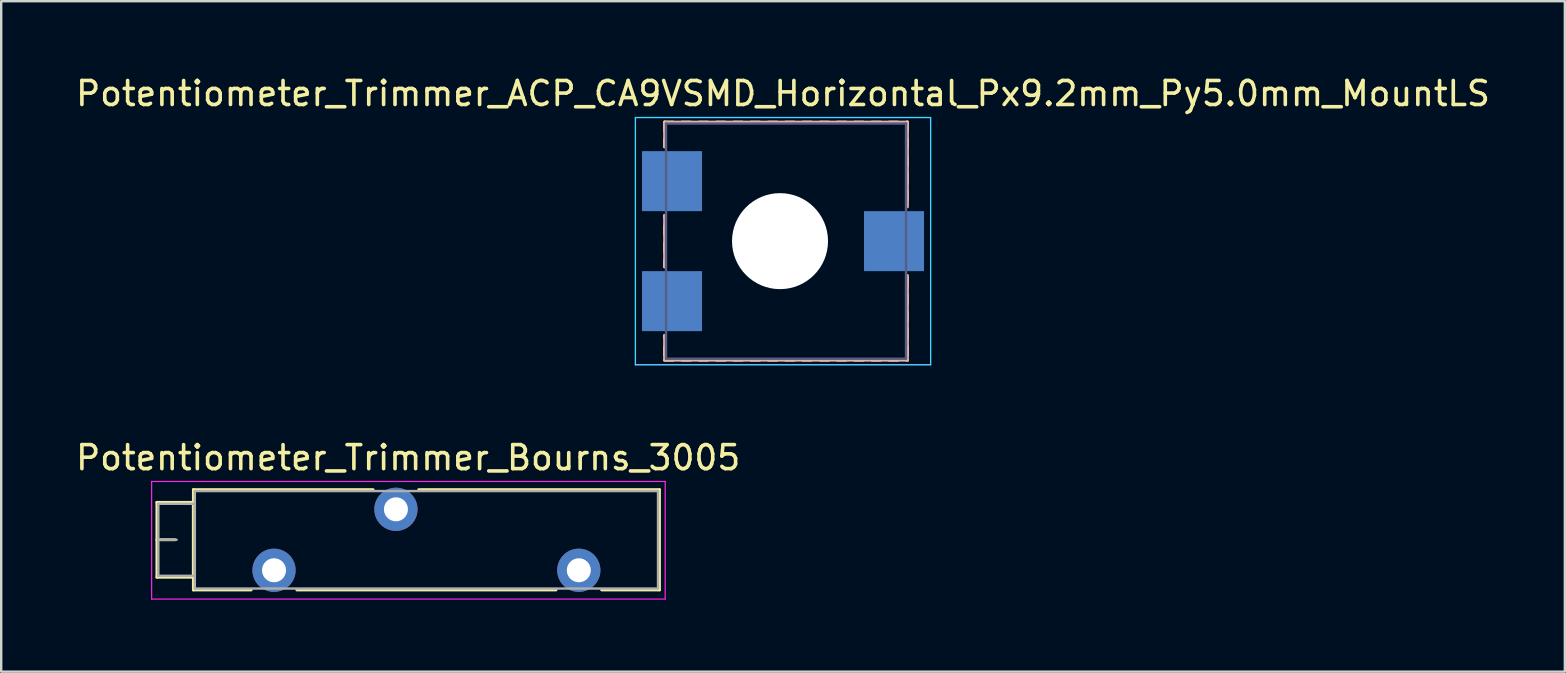
<source format=kicad_pcb>
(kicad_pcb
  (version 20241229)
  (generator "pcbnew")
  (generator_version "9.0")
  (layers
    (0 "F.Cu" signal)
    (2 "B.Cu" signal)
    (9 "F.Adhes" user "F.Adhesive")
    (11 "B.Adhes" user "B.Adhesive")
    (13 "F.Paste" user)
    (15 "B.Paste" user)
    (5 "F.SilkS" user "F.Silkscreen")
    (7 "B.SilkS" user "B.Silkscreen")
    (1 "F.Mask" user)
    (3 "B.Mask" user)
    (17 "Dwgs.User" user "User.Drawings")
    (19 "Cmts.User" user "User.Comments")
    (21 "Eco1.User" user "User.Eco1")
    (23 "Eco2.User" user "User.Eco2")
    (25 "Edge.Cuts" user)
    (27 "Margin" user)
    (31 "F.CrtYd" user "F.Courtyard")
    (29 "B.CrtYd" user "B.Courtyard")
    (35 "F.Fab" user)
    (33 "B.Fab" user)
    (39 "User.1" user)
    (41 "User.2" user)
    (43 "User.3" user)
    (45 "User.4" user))
  (footprint "Potentiometer_Trimmer_ACP_CA9VSMD_Horizontal_Px9.2mm_Py5.0mm_MountLS"
    (layer "F.Cu")
    (at 29.577 6.998)
    (property "Reference" "Potentiometer_Trimmer_ACP_CA9VSMD_Horizontal_Px9.2mm_Py5.0mm_MountLS" (at 0 -6.15 0) (layer "F.SilkS") (effects (font (size 1 1) (thickness 0.15))))
    (attr smd)
    (fp_line (start -4.935 -4.961) (end -4.935 -4.601) (stroke (width 0.12) (type solid)) (layer "F.SilkS"))
    (fp_line (start -4.935 -4.961) (end -4.575 -4.961) (stroke (width 0.12) (type solid)) (layer "F.SilkS"))
    (fp_line (start -4.935 -4.241) (end -4.935 -3.931) (stroke (width 0.12) (type solid)) (layer "F.SilkS"))
    (fp_line (start -4.935 -1.069) (end -4.935 -1) (stroke (width 0.12) (type solid)) (layer "F.SilkS"))
    (fp_line (start -4.935 -0.64) (end -4.935 -0.28) (stroke (width 0.12) (type solid)) (layer "F.SilkS"))
    (fp_line (start -4.935 0.08) (end -4.935 0.44) (stroke (width 0.12) (type solid)) (layer "F.SilkS"))
    (fp_line (start -4.935 0.8) (end -4.935 1.07) (stroke (width 0.12) (type solid)) (layer "F.SilkS"))
    (fp_line (start -4.935 3.93) (end -4.935 4.04) (stroke (width 0.12) (type solid)) (layer "F.SilkS"))
    (fp_line (start -4.935 4.4) (end -4.935 4.76) (stroke (width 0.12) (type solid)) (layer "F.SilkS"))
    (fp_line (start -4.935 4.96) (end -4.575 4.96) (stroke (width 0.12) (type solid)) (layer "F.SilkS"))
    (fp_line (start -4.215 -4.961) (end -3.855 -4.961) (stroke (width 0.12) (type solid)) (layer "F.SilkS"))
    (fp_line (start -4.215 4.96) (end -3.855 4.96) (stroke (width 0.12) (type solid)) (layer "F.SilkS"))
    (fp_line (start -3.495 -4.961) (end -3.135 -4.961) (stroke (width 0.12) (type solid)) (layer "F.SilkS"))
    (fp_line (start -3.495 4.96) (end -3.135 4.96) (stroke (width 0.12) (type solid)) (layer "F.SilkS"))
    (fp_line (start -2.775 -4.961) (end -2.415 -4.961) (stroke (width 0.12) (type solid)) (layer "F.SilkS"))
    (fp_line (start -2.775 4.96) (end -2.415 4.96) (stroke (width 0.12) (type solid)) (layer "F.SilkS"))
    (fp_line (start -2.055 -4.961) (end -1.695 -4.961) (stroke (width 0.12) (type solid)) (layer "F.SilkS"))
    (fp_line (start -2.055 4.96) (end -1.695 4.96) (stroke (width 0.12) (type solid)) (layer "F.SilkS"))
    (fp_line (start -1.335 -4.961) (end -0.975 -4.961) (stroke (width 0.12) (type solid)) (layer "F.SilkS"))
    (fp_line (start -1.335 4.96) (end -0.975 4.96) (stroke (width 0.12) (type solid)) (layer "F.SilkS"))
    (fp_line (start -0.615 -4.961) (end -0.255 -4.961) (stroke (width 0.12) (type solid)) (layer "F.SilkS"))
    (fp_line (start -0.615 4.96) (end -0.255 4.96) (stroke (width 0.12) (type solid)) (layer "F.SilkS"))
    (fp_line (start 0.105 -4.961) (end 0.465 -4.961) (stroke (width 0.12) (type solid)) (layer "F.SilkS"))
    (fp_line (start 0.105 4.96) (end 0.465 4.96) (stroke (width 0.12) (type solid)) (layer "F.SilkS"))
    (fp_line (start 0.825 -4.961) (end 1.185 -4.961) (stroke (width 0.12) (type solid)) (layer "F.SilkS"))
    (fp_line (start 0.825 4.96) (end 1.185 4.96) (stroke (width 0.12) (type solid)) (layer "F.SilkS"))
    (fp_line (start 1.545 -4.961) (end 1.905 -4.961) (stroke (width 0.12) (type solid)) (layer "F.SilkS"))
    (fp_line (start 1.545 4.96) (end 1.905 4.96) (stroke (width 0.12) (type solid)) (layer "F.SilkS"))
    (fp_line (start 2.265 -4.961) (end 2.625 -4.961) (stroke (width 0.12) (type solid)) (layer "F.SilkS"))
    (fp_line (start 2.265 4.96) (end 2.625 4.96) (stroke (width 0.12) (type solid)) (layer "F.SilkS"))
    (fp_line (start 2.985 -4.961) (end 3.345 -4.961) (stroke (width 0.12) (type solid)) (layer "F.SilkS"))
    (fp_line (start 2.985 4.96) (end 3.345 4.96) (stroke (width 0.12) (type solid)) (layer "F.SilkS"))
    (fp_line (start 3.705 -4.961) (end 4.065 -4.961) (stroke (width 0.12) (type solid)) (layer "F.SilkS"))
    (fp_line (start 3.705 4.96) (end 4.065 4.96) (stroke (width 0.12) (type solid)) (layer "F.SilkS"))
    (fp_line (start 4.425 -4.961) (end 4.785 -4.961) (stroke (width 0.12) (type solid)) (layer "F.SilkS"))
    (fp_line (start 4.425 4.96) (end 4.785 4.96) (stroke (width 0.12) (type solid)) (layer "F.SilkS"))
    (fp_line (start 5.145 -4.961) (end 5.185 -4.961) (stroke (width 0.12) (type solid)) (layer "F.SilkS"))
    (fp_line (start 5.145 4.96) (end 5.185 4.96) (stroke (width 0.12) (type solid)) (layer "F.SilkS"))
    (fp_line (start 5.185 -4.961) (end 5.185 -4.601) (stroke (width 0.12) (type solid)) (layer "F.SilkS"))
    (fp_line (start 5.185 -4.241) (end 5.185 -3.881) (stroke (width 0.12) (type solid)) (layer "F.SilkS"))
    (fp_line (start 5.185 -3.521) (end 5.185 -3.161) (stroke (width 0.12) (type solid)) (layer "F.SilkS"))
    (fp_line (start 5.185 -2.801) (end 5.185 -2.44) (stroke (width 0.12) (type solid)) (layer "F.SilkS"))
    (fp_line (start 5.185 -2.08) (end 5.185 -1.72) (stroke (width 0.12) (type solid)) (layer "F.SilkS"))
    (fp_line (start 5.185 1.52) (end 5.185 1.88) (stroke (width 0.12) (type solid)) (layer "F.SilkS"))
    (fp_line (start 5.185 2.24) (end 5.185 2.6) (stroke (width 0.12) (type solid)) (layer "F.SilkS"))
    (fp_line (start 5.185 2.96) (end 5.185 3.32) (stroke (width 0.12) (type solid)) (layer "F.SilkS"))
    (fp_line (start 5.185 3.68) (end 5.185 4.04) (stroke (width 0.12) (type solid)) (layer "F.SilkS"))
    (fp_line (start 5.185 4.4) (end 5.185 4.76) (stroke (width 0.12) (type solid)) (layer "F.SilkS"))
    (fp_line (start -4.935 -4.961) (end -4.935 -3.931) (stroke (width 0.12) (type solid)) (layer "B.SilkS"))
    (fp_line (start -4.935 -4.961) (end 5.185 -4.961) (stroke (width 0.12) (type solid)) (layer "B.SilkS"))
    (fp_line (start -4.935 -1.069) (end -4.935 1.07) (stroke (width 0.12) (type solid)) (layer "B.SilkS"))
    (fp_line (start -4.935 3.93) (end -4.935 4.96) (stroke (width 0.12) (type solid)) (layer "B.SilkS"))
    (fp_line (start -4.935 4.96) (end 5.185 4.96) (stroke (width 0.12) (type solid)) (layer "B.SilkS"))
    (fp_line (start 5.185 -4.961) (end 5.185 -1.43) (stroke (width 0.12) (type solid)) (layer "B.SilkS"))
    (fp_line (start 5.185 1.43) (end 5.185 4.96) (stroke (width 0.12) (type solid)) (layer "B.SilkS"))
    (fp_line (start -6.15 -5.15) (end -6.15 5.15) (stroke (width 0.05) (type solid)) (layer "B.CrtYd"))
    (fp_line (start -6.15 5.15) (end 6.15 5.15) (stroke (width 0.05) (type solid)) (layer "B.CrtYd"))
    (fp_line (start 6.15 -5.15) (end -6.15 -5.15) (stroke (width 0.05) (type solid)) (layer "B.CrtYd"))
    (fp_line (start 6.15 5.15) (end 6.15 -5.15) (stroke (width 0.05) (type solid)) (layer "B.CrtYd"))
    (fp_line (start -6.15 -5.15) (end -6.15 5.15) (stroke (width 0.05) (type solid)) (layer "F.CrtYd"))
    (fp_line (start -6.15 5.15) (end 6.15 5.15) (stroke (width 0.05) (type solid)) (layer "F.CrtYd"))
    (fp_line (start 6.15 -5.15) (end -6.15 -5.15) (stroke (width 0.05) (type solid)) (layer "F.CrtYd"))
    (fp_line (start 6.15 5.15) (end 6.15 -5.15) (stroke (width 0.05) (type solid)) (layer "F.CrtYd"))
    (fp_line (start -4.875 -4.9) (end -4.875 4.9) (stroke (width 0.1) (type solid)) (layer "B.Fab"))
    (fp_line (start -4.875 4.9) (end 5.125 4.9) (stroke (width 0.1) (type solid)) (layer "B.Fab"))
    (fp_line (start 5.125 -4.9) (end -4.875 -4.9) (stroke (width 0.1) (type solid)) (layer "B.Fab"))
    (fp_line (start 5.125 4.9) (end 5.125 -4.9) (stroke (width 0.1) (type solid)) (layer "B.Fab"))
    (fp_circle (center -0.125 0) (end 0.925 0) (stroke (width 0.1) (type solid)) (fill no) (layer "B.Fab"))
    (fp_circle (center -0.125 0) (end 1.375 0) (stroke (width 0.1) (type solid)) (fill no) (layer "B.Fab"))
    (pad "" np_thru_hole circle (at -0.125 0) (size 4 4) (drill 4) (layers "*.Cu" "*.Mask"))
    (pad "1" smd rect (at -4.625 2.5) (size 2.5 2.5) (layers "B.Cu" "B.Mask"))
    (pad "2" smd rect (at 4.625 0) (size 2.5 2.5) (layers "B.Cu" "B.Mask"))
    (pad "3" smd rect (at -4.625 -2.5) (size 2.5 2.5) (layers "B.Cu" "B.Mask")))
  (footprint "Potentiometer_Trimmer_Bourns_3005"
    (layer "F.Cu")
    (at 21.068 20.712)
    (property "Reference" "Potentiometer_Trimmer_Bourns_3005" (at -7.11 -4.69 0) (layer "F.SilkS") (effects (font (size 1 1) (thickness 0.15))))
    (attr through_hole)
    (fp_line (start -17.58 -2.83) (end -17.58 0.29) (stroke (width 0.12) (type solid)) (layer "F.SilkS"))
    (fp_line (start -17.58 -2.83) (end -16.061 -2.83) (stroke (width 0.12) (type solid)) (layer "F.SilkS"))
    (fp_line (start -17.58 -1.27) (end -16.82 -1.27) (stroke (width 0.12) (type solid)) (layer "F.SilkS"))
    (fp_line (start -17.58 0.29) (end -16.061 0.29) (stroke (width 0.12) (type solid)) (layer "F.SilkS"))
    (fp_line (start -16.061 -2.83) (end -16.061 0.29) (stroke (width 0.12) (type solid)) (layer "F.SilkS"))
    (fp_line (start -16.06 -3.36) (end -16.06 0.82) (stroke (width 0.12) (type solid)) (layer "F.SilkS"))
    (fp_line (start -16.06 -3.36) (end -8.57 -3.36) (stroke (width 0.12) (type solid)) (layer "F.SilkS"))
    (fp_line (start -16.06 0.82) (end -13.65 0.82) (stroke (width 0.12) (type solid)) (layer "F.SilkS"))
    (fp_line (start -11.749 0.82) (end -0.95 0.82) (stroke (width 0.12) (type solid)) (layer "F.SilkS"))
    (fp_line (start -6.669 -3.36) (end 3.361 -3.36) (stroke (width 0.12) (type solid)) (layer "F.SilkS"))
    (fp_line (start 0.951 0.82) (end 3.361 0.82) (stroke (width 0.12) (type solid)) (layer "F.SilkS"))
    (fp_line (start 3.361 -3.36) (end 3.361 0.82) (stroke (width 0.12) (type solid)) (layer "F.SilkS"))
    (fp_line (start -17.8 -3.7) (end -17.8 1.2) (stroke (width 0.05) (type solid)) (layer "F.CrtYd"))
    (fp_line (start -17.8 1.2) (end 3.6 1.2) (stroke (width 0.05) (type solid)) (layer "F.CrtYd"))
    (fp_line (start 3.6 -3.7) (end -17.8 -3.7) (stroke (width 0.05) (type solid)) (layer "F.CrtYd"))
    (fp_line (start 3.6 1.2) (end 3.6 -3.7) (stroke (width 0.05) (type solid)) (layer "F.CrtYd"))
    (fp_line (start -17.52 -2.77) (end -17.52 0.23) (stroke (width 0.1) (type solid)) (layer "F.Fab"))
    (fp_line (start -17.52 -1.27) (end -16.76 -1.27) (stroke (width 0.1) (type solid)) (layer "F.Fab"))
    (fp_line (start -17.52 0.23) (end -16 0.23) (stroke (width 0.1) (type solid)) (layer "F.Fab"))
    (fp_line (start -16 -3.3) (end -16 0.76) (stroke (width 0.1) (type solid)) (layer "F.Fab"))
    (fp_line (start -16 -2.77) (end -17.52 -2.77) (stroke (width 0.1) (type solid)) (layer "F.Fab"))
    (fp_line (start -16 0.23) (end -16 -2.77) (stroke (width 0.1) (type solid)) (layer "F.Fab"))
    (fp_line (start -16 0.76) (end 3.3 0.76) (stroke (width 0.1) (type solid)) (layer "F.Fab"))
    (fp_line (start 3.3 -3.3) (end -16 -3.3) (stroke (width 0.1) (type solid)) (layer "F.Fab"))
    (fp_line (start 3.3 0.76) (end 3.3 -3.3) (stroke (width 0.1) (type solid)) (layer "F.Fab"))
    (pad "1" thru_hole circle (at 0 0) (size 1.8 1.8) (drill 1) (layers "*.Cu" "*.Mask"))
    (pad "2" thru_hole circle (at -7.62 -2.54) (size 1.8 1.8) (drill 1) (layers "*.Cu" "*.Mask"))
    (pad "3" thru_hole circle (at -12.7 0) (size 1.8 1.8) (drill 1) (layers "*.Cu" "*.Mask")))
  (gr_rect
    (start -3 -3)
    (end 62.155 24.936)
    (stroke (width 0.1) (type default))
    (fill no)
    (layer "Edge.Cuts")))
</source>
